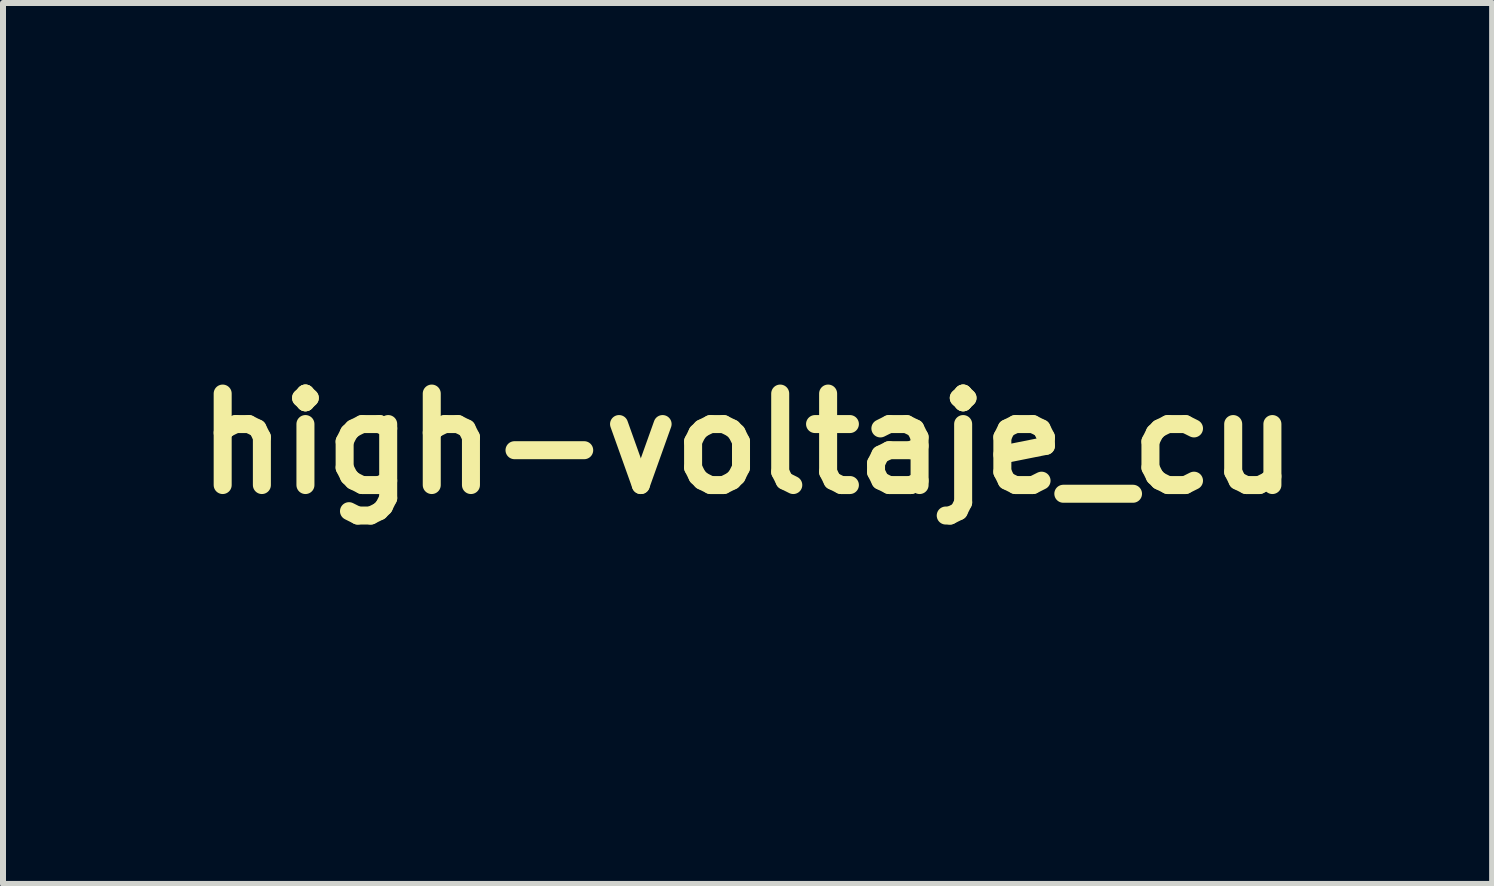
<source format=kicad_pcb>
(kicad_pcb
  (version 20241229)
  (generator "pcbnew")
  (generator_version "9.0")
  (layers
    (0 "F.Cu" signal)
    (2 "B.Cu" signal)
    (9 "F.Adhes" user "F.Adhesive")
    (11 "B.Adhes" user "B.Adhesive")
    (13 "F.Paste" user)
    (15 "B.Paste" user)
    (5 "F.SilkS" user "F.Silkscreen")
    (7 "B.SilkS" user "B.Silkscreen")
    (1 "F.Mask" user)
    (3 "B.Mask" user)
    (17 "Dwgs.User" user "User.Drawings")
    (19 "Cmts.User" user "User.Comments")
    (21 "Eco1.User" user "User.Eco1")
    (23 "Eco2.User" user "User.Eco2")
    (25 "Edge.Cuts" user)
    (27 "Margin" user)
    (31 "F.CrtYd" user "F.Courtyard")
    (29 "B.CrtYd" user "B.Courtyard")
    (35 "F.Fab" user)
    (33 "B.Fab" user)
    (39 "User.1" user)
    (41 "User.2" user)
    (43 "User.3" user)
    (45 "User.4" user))
  (footprint "high-voltaje_cu"
    (layer "F.Cu")
    (at 9.405 4.342)
    (property "Reference" "high-voltaje_cu" (at 0 0 0) (layer "F.SilkS") (effects (font (size 1.524 1.524) (thickness 0.3))))
    (attr through_hole)
    (fp_poly (pts (xy 0.433 -1.308) (xy 0.522 -1.305) (xy 0.576 -1.3) (xy 0.601 -1.29) (xy 0.607 -1.275) (xy 0.605 -1.264) (xy 0.592 -1.231) (xy 0.56 -1.156) (xy 0.513 -1.045) (xy 0.452 -0.904) (xy 0.379 -0.737) (xy 0.298 -0.55) (xy 0.21 -0.348) (xy 0.193 -0.309) (xy 0.105 -0.107) (xy 0.025 0.079) (xy -0.047 0.246) (xy -0.106 0.387) (xy -0.152 0.498) (xy -0.183 0.573) (xy -0.195 0.607) (xy -0.195 0.609) (xy -0.17 0.602) (xy -0.103 0.579) (xy -0.003 0.541) (xy 0.125 0.492) (xy 0.275 0.433) (xy 0.388 0.388) (xy 0.548 0.325) (xy 0.691 0.27) (xy 0.812 0.226) (xy 0.902 0.195) (xy 0.957 0.179) (xy 0.969 0.178) (xy 0.964 0.205) (xy 0.947 0.275) (xy 0.92 0.383) (xy 0.885 0.521) (xy 0.843 0.685) (xy 0.796 0.868) (xy 0.745 1.063) (xy 0.692 1.265) (xy 0.639 1.467) (xy 0.586 1.664) (xy 0.537 1.849) (xy 0.493 2.016) (xy 0.454 2.159) (xy 0.423 2.271) (xy 0.401 2.347) (xy 0.395 2.367) (xy 0.394 2.395) (xy 0.422 2.409) (xy 0.488 2.412) (xy 0.551 2.417) (xy 0.584 2.429) (xy 0.586 2.435) (xy 0.568 2.466) (xy 0.528 2.53) (xy 0.471 2.618) (xy 0.402 2.722) (xy 0.328 2.834) (xy 0.252 2.946) (xy 0.182 3.05) (xy 0.121 3.138) (xy 0.077 3.2) (xy 0.053 3.231) (xy 0.051 3.232) (xy 0.039 3.209) (xy 0.013 3.146) (xy -0.023 3.05) (xy -0.066 2.929) (xy -0.1 2.833) (xy -0.147 2.691) (xy -0.184 2.57) (xy -0.208 2.479) (xy -0.217 2.424) (xy -0.215 2.412) (xy -0.176 2.395) (xy -0.111 2.382) (xy -0.103 2.381) (xy -0.014 2.373) (xy 0.185 1.682) (xy 0.236 1.503) (xy 0.281 1.34) (xy 0.32 1.2) (xy 0.349 1.09) (xy 0.368 1.015) (xy 0.374 0.982) (xy 0.374 0.981) (xy 0.348 0.988) (xy 0.282 1.011) (xy 0.181 1.048) (xy 0.053 1.098) (xy -0.096 1.157) (xy -0.209 1.202) (xy -0.369 1.266) (xy -0.512 1.322) (xy -0.632 1.369) (xy -0.722 1.404) (xy -0.775 1.424) (xy -0.788 1.427) (xy -0.783 1.402) (xy -0.767 1.338) (xy -0.742 1.246) (xy -0.719 1.166) (xy -0.697 1.087) (xy -0.662 0.965) (xy -0.617 0.807) (xy -0.564 0.619) (xy -0.504 0.408) (xy -0.44 0.18) (xy -0.373 -0.057) (xy -0.333 -0.199) (xy -0.02 -1.308) (xy 0.3 -1.308) (xy 0.433 -1.308)) (stroke (width 0.01) (type solid)) (fill yes) (layer "F.Mask"))
    (fp_poly (pts (xy 0.131 -4.301) (xy 0.179 -4.265) (xy 0.199 -4.236) (xy 0.244 -4.165) (xy 0.311 -4.055) (xy 0.4 -3.909) (xy 0.507 -3.729) (xy 0.632 -3.519) (xy 0.774 -3.28) (xy 0.93 -3.015) (xy 1.099 -2.728) (xy 1.28 -2.42) (xy 1.47 -2.096) (xy 1.669 -1.756) (xy 1.875 -1.404) (xy 2.086 -1.044) (xy 2.301 -0.676) (xy 2.517 -0.304) (xy 2.734 0.068) (xy 2.95 0.44) (xy 3.164 0.807) (xy 3.373 1.167) (xy 3.576 1.518) (xy 3.772 1.856) (xy 3.959 2.18) (xy 4.136 2.486) (xy 4.3 2.772) (xy 4.451 3.034) (xy 4.587 3.271) (xy 4.706 3.48) (xy 4.807 3.657) (xy 4.887 3.801) (xy 4.946 3.908) (xy 4.982 3.976) (xy 4.994 4.001) (xy 4.992 4.082) (xy 4.967 4.16) (xy 4.959 4.18) (xy 4.954 4.198) (xy 4.949 4.214) (xy 4.942 4.229) (xy 4.93 4.243) (xy 4.913 4.255) (xy 4.887 4.266) (xy 4.851 4.276) (xy 4.801 4.284) (xy 4.737 4.292) (xy 4.656 4.298) (xy 4.556 4.304) (xy 4.434 4.309) (xy 4.288 4.313) (xy 4.117 4.316) (xy 3.918 4.319) (xy 3.689 4.321) (xy 3.428 4.323) (xy 3.132 4.324) (xy 2.8 4.325) (xy 2.429 4.326) (xy 2.017 4.327) (xy 1.562 4.327) (xy 1.062 4.328) (xy 0.515 4.329) (xy 0.026 4.329) (xy -0.56 4.33) (xy -1.097 4.33) (xy -1.587 4.331) (xy -2.032 4.331) (xy -2.434 4.331) (xy -2.796 4.331) (xy -3.12 4.331) (xy -3.407 4.33) (xy -3.661 4.329) (xy -3.882 4.328) (xy -4.074 4.327) (xy -4.239 4.325) (xy -4.378 4.323) (xy -4.494 4.321) (xy -4.589 4.319) (xy -4.665 4.316) (xy -4.725 4.312) (xy -4.77 4.309) (xy -4.802 4.305) (xy -4.825 4.3) (xy -4.839 4.295) (xy -4.841 4.295) (xy -4.918 4.233) (xy -4.974 4.143) (xy -4.997 4.045) (xy -4.994 4.001) (xy -4.979 3.969) (xy -4.94 3.896) (xy -4.878 3.784) (xy -4.795 3.636) (xy -4.755 3.566) (xy -4.007 3.566) (xy 4 3.566) (xy 2.843 1.546) (xy 2.654 1.216) (xy 2.454 0.865) (xy 2.244 0.5) (xy 2.029 0.124) (xy 1.809 -0.258) (xy 1.589 -0.642) (xy 1.372 -1.022) (xy 1.158 -1.393) (xy 0.952 -1.752) (xy 0.757 -2.093) (xy 0.573 -2.412) (xy 0.406 -2.703) (xy 0.257 -2.963) (xy 0.128 -3.186) (xy 0.053 -3.316) (xy 0.022 -3.365) (xy 0.001 -3.386) (xy 0 -3.386) (xy -0.016 -3.365) (xy -0.054 -3.306) (xy -0.108 -3.216) (xy -0.176 -3.101) (xy -0.254 -2.969) (xy -0.268 -2.944) (xy -0.557 -2.442) (xy -0.831 -1.967) (xy -1.093 -1.51) (xy -1.351 -1.062) (xy -1.607 -0.615) (xy -1.868 -0.16) (xy -2.139 0.312) (xy -2.424 0.809) (xy -2.728 1.34) (xy -2.79 1.45) (xy -2.958 1.742) (xy -3.119 2.024) (xy -3.272 2.29) (xy -3.414 2.538) (xy -3.544 2.765) (xy -3.66 2.967) (xy -3.759 3.141) (xy -3.841 3.283) (xy -3.902 3.389) (xy -3.942 3.458) (xy -3.956 3.483) (xy -4.007 3.566) (xy -4.755 3.566) (xy -4.692 3.454) (xy -4.57 3.242) (xy -4.433 3.002) (xy -4.28 2.736) (xy -4.114 2.447) (xy -3.936 2.139) (xy -3.747 1.813) (xy -3.55 1.473) (xy -3.346 1.121) (xy -3.136 0.759) (xy -2.922 0.392) (xy -2.706 0.02) (xy -2.489 -0.353) (xy -2.273 -0.724) (xy -2.058 -1.091) (xy -1.848 -1.451) (xy -1.643 -1.801) (xy -1.445 -2.139) (xy -1.256 -2.461) (xy -1.077 -2.766) (xy -0.909 -3.051) (xy -0.755 -3.312) (xy -0.615 -3.548) (xy -0.492 -3.754) (xy -0.387 -3.93) (xy -0.302 -4.072) (xy -0.237 -4.177) (xy -0.195 -4.242) (xy -0.179 -4.265) (xy -0.08 -4.325) (xy 0.027 -4.337) (xy 0.131 -4.301)) (stroke (width 0.01) (type solid)) (fill yes) (layer "F.Mask")))
  (gr_rect
    (start -3 -3)
    (end 21.811 11.678)
    (stroke (width 0.1) (type default))
    (fill no)
    (layer "Edge.Cuts")))
</source>
